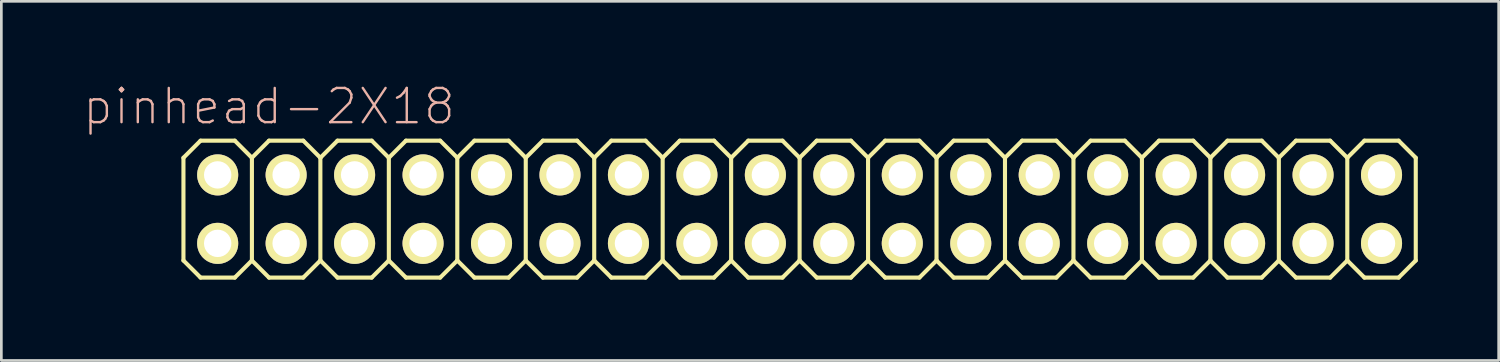
<source format=kicad_pcb>
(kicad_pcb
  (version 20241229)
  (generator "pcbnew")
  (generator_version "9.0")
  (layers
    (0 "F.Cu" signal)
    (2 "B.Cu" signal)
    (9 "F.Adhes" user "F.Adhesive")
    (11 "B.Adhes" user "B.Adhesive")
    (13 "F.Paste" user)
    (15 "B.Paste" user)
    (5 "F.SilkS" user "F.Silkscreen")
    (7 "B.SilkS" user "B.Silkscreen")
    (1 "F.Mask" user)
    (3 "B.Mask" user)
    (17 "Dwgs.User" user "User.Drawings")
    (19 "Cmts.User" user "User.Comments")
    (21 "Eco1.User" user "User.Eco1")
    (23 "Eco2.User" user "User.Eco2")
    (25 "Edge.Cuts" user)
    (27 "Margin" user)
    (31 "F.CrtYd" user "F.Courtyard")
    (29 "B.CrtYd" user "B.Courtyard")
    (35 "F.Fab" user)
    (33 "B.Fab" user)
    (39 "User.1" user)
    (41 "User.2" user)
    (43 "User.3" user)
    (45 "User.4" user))
  (footprint "pinhead-2X18"
    (layer "F.Cu")
    (at 26.616 4.709)
    (property "Reference" "pinhead-2X18" (at -19.685 -3.81 0) (layer "B.SilkS") (effects (font (size 1.27 1.27) (thickness 0.089))))
    (attr exclude_from_pos_files exclude_from_bom)
    (fp_line (start -22.86 -1.905) (end -22.225 -2.54) (stroke (width 0.152) (type solid)) (layer "F.SilkS"))
    (fp_line (start -22.86 1.905) (end -22.86 -1.905) (stroke (width 0.152) (type solid)) (layer "F.SilkS"))
    (fp_line (start -22.86 1.905) (end -22.225 2.54) (stroke (width 0.152) (type solid)) (layer "F.SilkS"))
    (fp_line (start -22.225 -2.54) (end -20.955 -2.54) (stroke (width 0.152) (type solid)) (layer "F.SilkS"))
    (fp_line (start -22.225 2.54) (end -20.955 2.54) (stroke (width 0.152) (type solid)) (layer "F.SilkS"))
    (fp_line (start -21.844 -1.524) (end -21.336 -1.524) (stroke (width 0.066) (type solid)) (layer "F.SilkS"))
    (fp_line (start -21.844 -1.016) (end -21.844 -1.524) (stroke (width 0.066) (type solid)) (layer "F.SilkS"))
    (fp_line (start -21.844 -1.016) (end -21.336 -1.016) (stroke (width 0.066) (type solid)) (layer "F.SilkS"))
    (fp_line (start -21.844 1.016) (end -21.336 1.016) (stroke (width 0.066) (type solid)) (layer "F.SilkS"))
    (fp_line (start -21.844 1.524) (end -21.844 1.016) (stroke (width 0.066) (type solid)) (layer "F.SilkS"))
    (fp_line (start -21.844 1.524) (end -21.336 1.524) (stroke (width 0.066) (type solid)) (layer "F.SilkS"))
    (fp_line (start -21.336 -1.016) (end -21.336 -1.524) (stroke (width 0.066) (type solid)) (layer "F.SilkS"))
    (fp_line (start -21.336 1.524) (end -21.336 1.016) (stroke (width 0.066) (type solid)) (layer "F.SilkS"))
    (fp_line (start -20.955 -2.54) (end -20.32 -1.905) (stroke (width 0.152) (type solid)) (layer "F.SilkS"))
    (fp_line (start -20.955 2.54) (end -20.32 1.905) (stroke (width 0.152) (type solid)) (layer "F.SilkS"))
    (fp_line (start -20.32 -1.905) (end -20.32 1.905) (stroke (width 0.152) (type solid)) (layer "F.SilkS"))
    (fp_line (start -20.32 -1.905) (end -19.685 -2.54) (stroke (width 0.152) (type solid)) (layer "F.SilkS"))
    (fp_line (start -20.32 1.905) (end -19.685 2.54) (stroke (width 0.152) (type solid)) (layer "F.SilkS"))
    (fp_line (start -19.685 -2.54) (end -18.415 -2.54) (stroke (width 0.152) (type solid)) (layer "F.SilkS"))
    (fp_line (start -19.685 2.54) (end -18.415 2.54) (stroke (width 0.152) (type solid)) (layer "F.SilkS"))
    (fp_line (start -19.304 -1.524) (end -18.796 -1.524) (stroke (width 0.066) (type solid)) (layer "F.SilkS"))
    (fp_line (start -19.304 -1.016) (end -19.304 -1.524) (stroke (width 0.066) (type solid)) (layer "F.SilkS"))
    (fp_line (start -19.304 -1.016) (end -18.796 -1.016) (stroke (width 0.066) (type solid)) (layer "F.SilkS"))
    (fp_line (start -19.304 1.016) (end -18.796 1.016) (stroke (width 0.066) (type solid)) (layer "F.SilkS"))
    (fp_line (start -19.304 1.524) (end -19.304 1.016) (stroke (width 0.066) (type solid)) (layer "F.SilkS"))
    (fp_line (start -19.304 1.524) (end -18.796 1.524) (stroke (width 0.066) (type solid)) (layer "F.SilkS"))
    (fp_line (start -18.796 -1.016) (end -18.796 -1.524) (stroke (width 0.066) (type solid)) (layer "F.SilkS"))
    (fp_line (start -18.796 1.524) (end -18.796 1.016) (stroke (width 0.066) (type solid)) (layer "F.SilkS"))
    (fp_line (start -18.415 -2.54) (end -17.78 -1.905) (stroke (width 0.152) (type solid)) (layer "F.SilkS"))
    (fp_line (start -18.415 2.54) (end -17.78 1.905) (stroke (width 0.152) (type solid)) (layer "F.SilkS"))
    (fp_line (start -17.78 -1.905) (end -17.78 1.905) (stroke (width 0.152) (type solid)) (layer "F.SilkS"))
    (fp_line (start -17.78 -1.905) (end -17.145 -2.54) (stroke (width 0.152) (type solid)) (layer "F.SilkS"))
    (fp_line (start -17.78 1.905) (end -17.145 2.54) (stroke (width 0.152) (type solid)) (layer "F.SilkS"))
    (fp_line (start -17.145 -2.54) (end -15.875 -2.54) (stroke (width 0.152) (type solid)) (layer "F.SilkS"))
    (fp_line (start -17.145 2.54) (end -15.875 2.54) (stroke (width 0.152) (type solid)) (layer "F.SilkS"))
    (fp_line (start -16.764 -1.524) (end -16.256 -1.524) (stroke (width 0.066) (type solid)) (layer "F.SilkS"))
    (fp_line (start -16.764 -1.016) (end -16.764 -1.524) (stroke (width 0.066) (type solid)) (layer "F.SilkS"))
    (fp_line (start -16.764 -1.016) (end -16.256 -1.016) (stroke (width 0.066) (type solid)) (layer "F.SilkS"))
    (fp_line (start -16.764 1.016) (end -16.256 1.016) (stroke (width 0.066) (type solid)) (layer "F.SilkS"))
    (fp_line (start -16.764 1.524) (end -16.764 1.016) (stroke (width 0.066) (type solid)) (layer "F.SilkS"))
    (fp_line (start -16.764 1.524) (end -16.256 1.524) (stroke (width 0.066) (type solid)) (layer "F.SilkS"))
    (fp_line (start -16.256 -1.016) (end -16.256 -1.524) (stroke (width 0.066) (type solid)) (layer "F.SilkS"))
    (fp_line (start -16.256 1.524) (end -16.256 1.016) (stroke (width 0.066) (type solid)) (layer "F.SilkS"))
    (fp_line (start -15.875 -2.54) (end -15.24 -1.905) (stroke (width 0.152) (type solid)) (layer "F.SilkS"))
    (fp_line (start -15.875 2.54) (end -15.24 1.905) (stroke (width 0.152) (type solid)) (layer "F.SilkS"))
    (fp_line (start -15.24 -1.905) (end -15.24 1.905) (stroke (width 0.152) (type solid)) (layer "F.SilkS"))
    (fp_line (start -15.24 -1.905) (end -14.605 -2.54) (stroke (width 0.152) (type solid)) (layer "F.SilkS"))
    (fp_line (start -15.24 1.905) (end -14.605 2.54) (stroke (width 0.152) (type solid)) (layer "F.SilkS"))
    (fp_line (start -14.605 -2.54) (end -13.335 -2.54) (stroke (width 0.152) (type solid)) (layer "F.SilkS"))
    (fp_line (start -14.605 2.54) (end -13.335 2.54) (stroke (width 0.152) (type solid)) (layer "F.SilkS"))
    (fp_line (start -14.224 -1.524) (end -13.716 -1.524) (stroke (width 0.066) (type solid)) (layer "F.SilkS"))
    (fp_line (start -14.224 -1.016) (end -14.224 -1.524) (stroke (width 0.066) (type solid)) (layer "F.SilkS"))
    (fp_line (start -14.224 -1.016) (end -13.716 -1.016) (stroke (width 0.066) (type solid)) (layer "F.SilkS"))
    (fp_line (start -14.224 1.016) (end -13.716 1.016) (stroke (width 0.066) (type solid)) (layer "F.SilkS"))
    (fp_line (start -14.224 1.524) (end -14.224 1.016) (stroke (width 0.066) (type solid)) (layer "F.SilkS"))
    (fp_line (start -14.224 1.524) (end -13.716 1.524) (stroke (width 0.066) (type solid)) (layer "F.SilkS"))
    (fp_line (start -13.716 -1.016) (end -13.716 -1.524) (stroke (width 0.066) (type solid)) (layer "F.SilkS"))
    (fp_line (start -13.716 1.524) (end -13.716 1.016) (stroke (width 0.066) (type solid)) (layer "F.SilkS"))
    (fp_line (start -13.335 -2.54) (end -12.7 -1.905) (stroke (width 0.152) (type solid)) (layer "F.SilkS"))
    (fp_line (start -13.335 2.54) (end -12.7 1.905) (stroke (width 0.152) (type solid)) (layer "F.SilkS"))
    (fp_line (start -12.7 -1.905) (end -12.7 1.905) (stroke (width 0.152) (type solid)) (layer "F.SilkS"))
    (fp_line (start -12.7 -1.905) (end -12.065 -2.54) (stroke (width 0.152) (type solid)) (layer "F.SilkS"))
    (fp_line (start -12.7 1.905) (end -12.065 2.54) (stroke (width 0.152) (type solid)) (layer "F.SilkS"))
    (fp_line (start -12.065 -2.54) (end -10.795 -2.54) (stroke (width 0.152) (type solid)) (layer "F.SilkS"))
    (fp_line (start -12.065 2.54) (end -10.795 2.54) (stroke (width 0.152) (type solid)) (layer "F.SilkS"))
    (fp_line (start -11.684 -1.524) (end -11.176 -1.524) (stroke (width 0.066) (type solid)) (layer "F.SilkS"))
    (fp_line (start -11.684 -1.016) (end -11.684 -1.524) (stroke (width 0.066) (type solid)) (layer "F.SilkS"))
    (fp_line (start -11.684 -1.016) (end -11.176 -1.016) (stroke (width 0.066) (type solid)) (layer "F.SilkS"))
    (fp_line (start -11.684 1.016) (end -11.176 1.016) (stroke (width 0.066) (type solid)) (layer "F.SilkS"))
    (fp_line (start -11.684 1.524) (end -11.684 1.016) (stroke (width 0.066) (type solid)) (layer "F.SilkS"))
    (fp_line (start -11.684 1.524) (end -11.176 1.524) (stroke (width 0.066) (type solid)) (layer "F.SilkS"))
    (fp_line (start -11.176 -1.016) (end -11.176 -1.524) (stroke (width 0.066) (type solid)) (layer "F.SilkS"))
    (fp_line (start -11.176 1.524) (end -11.176 1.016) (stroke (width 0.066) (type solid)) (layer "F.SilkS"))
    (fp_line (start -10.795 -2.54) (end -10.16 -1.905) (stroke (width 0.152) (type solid)) (layer "F.SilkS"))
    (fp_line (start -10.795 2.54) (end -10.16 1.905) (stroke (width 0.152) (type solid)) (layer "F.SilkS"))
    (fp_line (start -10.16 -1.905) (end -10.16 1.905) (stroke (width 0.152) (type solid)) (layer "F.SilkS"))
    (fp_line (start -10.16 -1.905) (end -9.525 -2.54) (stroke (width 0.152) (type solid)) (layer "F.SilkS"))
    (fp_line (start -10.16 1.905) (end -9.525 2.54) (stroke (width 0.152) (type solid)) (layer "F.SilkS"))
    (fp_line (start -9.525 -2.54) (end -8.255 -2.54) (stroke (width 0.152) (type solid)) (layer "F.SilkS"))
    (fp_line (start -9.525 2.54) (end -8.255 2.54) (stroke (width 0.152) (type solid)) (layer "F.SilkS"))
    (fp_line (start -9.144 -1.524) (end -8.636 -1.524) (stroke (width 0.066) (type solid)) (layer "F.SilkS"))
    (fp_line (start -9.144 -1.016) (end -9.144 -1.524) (stroke (width 0.066) (type solid)) (layer "F.SilkS"))
    (fp_line (start -9.144 -1.016) (end -8.636 -1.016) (stroke (width 0.066) (type solid)) (layer "F.SilkS"))
    (fp_line (start -9.144 1.016) (end -8.636 1.016) (stroke (width 0.066) (type solid)) (layer "F.SilkS"))
    (fp_line (start -9.144 1.524) (end -9.144 1.016) (stroke (width 0.066) (type solid)) (layer "F.SilkS"))
    (fp_line (start -9.144 1.524) (end -8.636 1.524) (stroke (width 0.066) (type solid)) (layer "F.SilkS"))
    (fp_line (start -8.636 -1.016) (end -8.636 -1.524) (stroke (width 0.066) (type solid)) (layer "F.SilkS"))
    (fp_line (start -8.636 1.524) (end -8.636 1.016) (stroke (width 0.066) (type solid)) (layer "F.SilkS"))
    (fp_line (start -8.255 -2.54) (end -7.62 -1.905) (stroke (width 0.152) (type solid)) (layer "F.SilkS"))
    (fp_line (start -8.255 2.54) (end -7.62 1.905) (stroke (width 0.152) (type solid)) (layer "F.SilkS"))
    (fp_line (start -7.62 -1.905) (end -7.62 1.905) (stroke (width 0.152) (type solid)) (layer "F.SilkS"))
    (fp_line (start -7.62 -1.905) (end -6.985 -2.54) (stroke (width 0.152) (type solid)) (layer "F.SilkS"))
    (fp_line (start -7.62 1.905) (end -6.985 2.54) (stroke (width 0.152) (type solid)) (layer "F.SilkS"))
    (fp_line (start -6.985 -2.54) (end -5.715 -2.54) (stroke (width 0.152) (type solid)) (layer "F.SilkS"))
    (fp_line (start -6.604 -1.524) (end -6.096 -1.524) (stroke (width 0.066) (type solid)) (layer "F.SilkS"))
    (fp_line (start -6.604 -1.016) (end -6.604 -1.524) (stroke (width 0.066) (type solid)) (layer "F.SilkS"))
    (fp_line (start -6.604 -1.016) (end -6.096 -1.016) (stroke (width 0.066) (type solid)) (layer "F.SilkS"))
    (fp_line (start -6.604 1.016) (end -6.096 1.016) (stroke (width 0.066) (type solid)) (layer "F.SilkS"))
    (fp_line (start -6.604 1.524) (end -6.604 1.016) (stroke (width 0.066) (type solid)) (layer "F.SilkS"))
    (fp_line (start -6.604 1.524) (end -6.096 1.524) (stroke (width 0.066) (type solid)) (layer "F.SilkS"))
    (fp_line (start -6.096 -1.016) (end -6.096 -1.524) (stroke (width 0.066) (type solid)) (layer "F.SilkS"))
    (fp_line (start -6.096 1.524) (end -6.096 1.016) (stroke (width 0.066) (type solid)) (layer "F.SilkS"))
    (fp_line (start -5.715 -2.54) (end -5.08 -1.905) (stroke (width 0.152) (type solid)) (layer "F.SilkS"))
    (fp_line (start -5.715 2.54) (end -6.985 2.54) (stroke (width 0.152) (type solid)) (layer "F.SilkS"))
    (fp_line (start -5.08 -1.905) (end -5.08 1.905) (stroke (width 0.152) (type solid)) (layer "F.SilkS"))
    (fp_line (start -5.08 -1.905) (end -4.445 -2.54) (stroke (width 0.152) (type solid)) (layer "F.SilkS"))
    (fp_line (start -5.08 1.905) (end -5.715 2.54) (stroke (width 0.152) (type solid)) (layer "F.SilkS"))
    (fp_line (start -5.08 1.905) (end -4.445 2.54) (stroke (width 0.152) (type solid)) (layer "F.SilkS"))
    (fp_line (start -4.445 -2.54) (end -3.175 -2.54) (stroke (width 0.152) (type solid)) (layer "F.SilkS"))
    (fp_line (start -4.064 -1.524) (end -3.556 -1.524) (stroke (width 0.066) (type solid)) (layer "F.SilkS"))
    (fp_line (start -4.064 -1.016) (end -4.064 -1.524) (stroke (width 0.066) (type solid)) (layer "F.SilkS"))
    (fp_line (start -4.064 -1.016) (end -3.556 -1.016) (stroke (width 0.066) (type solid)) (layer "F.SilkS"))
    (fp_line (start -4.064 1.016) (end -3.556 1.016) (stroke (width 0.066) (type solid)) (layer "F.SilkS"))
    (fp_line (start -4.064 1.524) (end -4.064 1.016) (stroke (width 0.066) (type solid)) (layer "F.SilkS"))
    (fp_line (start -4.064 1.524) (end -3.556 1.524) (stroke (width 0.066) (type solid)) (layer "F.SilkS"))
    (fp_line (start -3.556 -1.016) (end -3.556 -1.524) (stroke (width 0.066) (type solid)) (layer "F.SilkS"))
    (fp_line (start -3.556 1.524) (end -3.556 1.016) (stroke (width 0.066) (type solid)) (layer "F.SilkS"))
    (fp_line (start -3.175 -2.54) (end -2.54 -1.905) (stroke (width 0.152) (type solid)) (layer "F.SilkS"))
    (fp_line (start -3.175 2.54) (end -4.445 2.54) (stroke (width 0.152) (type solid)) (layer "F.SilkS"))
    (fp_line (start -2.54 -1.905) (end -2.54 1.905) (stroke (width 0.152) (type solid)) (layer "F.SilkS"))
    (fp_line (start -2.54 -1.905) (end -1.905 -2.54) (stroke (width 0.152) (type solid)) (layer "F.SilkS"))
    (fp_line (start -2.54 1.905) (end -3.175 2.54) (stroke (width 0.152) (type solid)) (layer "F.SilkS"))
    (fp_line (start -2.54 1.905) (end -1.905 2.54) (stroke (width 0.152) (type solid)) (layer "F.SilkS"))
    (fp_line (start -1.905 -2.54) (end -0.635 -2.54) (stroke (width 0.152) (type solid)) (layer "F.SilkS"))
    (fp_line (start -1.524 -1.524) (end -1.016 -1.524) (stroke (width 0.066) (type solid)) (layer "F.SilkS"))
    (fp_line (start -1.524 -1.016) (end -1.524 -1.524) (stroke (width 0.066) (type solid)) (layer "F.SilkS"))
    (fp_line (start -1.524 -1.016) (end -1.016 -1.016) (stroke (width 0.066) (type solid)) (layer "F.SilkS"))
    (fp_line (start -1.524 1.016) (end -1.016 1.016) (stroke (width 0.066) (type solid)) (layer "F.SilkS"))
    (fp_line (start -1.524 1.524) (end -1.524 1.016) (stroke (width 0.066) (type solid)) (layer "F.SilkS"))
    (fp_line (start -1.524 1.524) (end -1.016 1.524) (stroke (width 0.066) (type solid)) (layer "F.SilkS"))
    (fp_line (start -1.016 -1.016) (end -1.016 -1.524) (stroke (width 0.066) (type solid)) (layer "F.SilkS"))
    (fp_line (start -1.016 1.524) (end -1.016 1.016) (stroke (width 0.066) (type solid)) (layer "F.SilkS"))
    (fp_line (start -0.635 -2.54) (end 0 -1.905) (stroke (width 0.152) (type solid)) (layer "F.SilkS"))
    (fp_line (start -0.635 2.54) (end -1.905 2.54) (stroke (width 0.152) (type solid)) (layer "F.SilkS"))
    (fp_line (start 0 -1.905) (end 0 1.905) (stroke (width 0.152) (type solid)) (layer "F.SilkS"))
    (fp_line (start 0 -1.905) (end 0.635 -2.54) (stroke (width 0.152) (type solid)) (layer "F.SilkS"))
    (fp_line (start 0 1.905) (end -0.635 2.54) (stroke (width 0.152) (type solid)) (layer "F.SilkS"))
    (fp_line (start 0 1.905) (end 0.635 2.54) (stroke (width 0.152) (type solid)) (layer "F.SilkS"))
    (fp_line (start 0.635 -2.54) (end 1.905 -2.54) (stroke (width 0.152) (type solid)) (layer "F.SilkS"))
    (fp_line (start 1.016 -1.524) (end 1.524 -1.524) (stroke (width 0.066) (type solid)) (layer "F.SilkS"))
    (fp_line (start 1.016 -1.016) (end 1.016 -1.524) (stroke (width 0.066) (type solid)) (layer "F.SilkS"))
    (fp_line (start 1.016 -1.016) (end 1.524 -1.016) (stroke (width 0.066) (type solid)) (layer "F.SilkS"))
    (fp_line (start 1.016 1.016) (end 1.524 1.016) (stroke (width 0.066) (type solid)) (layer "F.SilkS"))
    (fp_line (start 1.016 1.524) (end 1.016 1.016) (stroke (width 0.066) (type solid)) (layer "F.SilkS"))
    (fp_line (start 1.016 1.524) (end 1.524 1.524) (stroke (width 0.066) (type solid)) (layer "F.SilkS"))
    (fp_line (start 1.524 -1.016) (end 1.524 -1.524) (stroke (width 0.066) (type solid)) (layer "F.SilkS"))
    (fp_line (start 1.524 1.524) (end 1.524 1.016) (stroke (width 0.066) (type solid)) (layer "F.SilkS"))
    (fp_line (start 1.905 -2.54) (end 2.54 -1.905) (stroke (width 0.152) (type solid)) (layer "F.SilkS"))
    (fp_line (start 1.905 2.54) (end 0.635 2.54) (stroke (width 0.152) (type solid)) (layer "F.SilkS"))
    (fp_line (start 2.54 -1.905) (end 2.54 1.905) (stroke (width 0.152) (type solid)) (layer "F.SilkS"))
    (fp_line (start 2.54 -1.905) (end 3.175 -2.54) (stroke (width 0.152) (type solid)) (layer "F.SilkS"))
    (fp_line (start 2.54 1.905) (end 1.905 2.54) (stroke (width 0.152) (type solid)) (layer "F.SilkS"))
    (fp_line (start 2.54 1.905) (end 3.175 2.54) (stroke (width 0.152) (type solid)) (layer "F.SilkS"))
    (fp_line (start 3.175 -2.54) (end 4.445 -2.54) (stroke (width 0.152) (type solid)) (layer "F.SilkS"))
    (fp_line (start 3.556 -1.524) (end 4.064 -1.524) (stroke (width 0.066) (type solid)) (layer "F.SilkS"))
    (fp_line (start 3.556 -1.016) (end 3.556 -1.524) (stroke (width 0.066) (type solid)) (layer "F.SilkS"))
    (fp_line (start 3.556 -1.016) (end 4.064 -1.016) (stroke (width 0.066) (type solid)) (layer "F.SilkS"))
    (fp_line (start 3.556 1.016) (end 4.064 1.016) (stroke (width 0.066) (type solid)) (layer "F.SilkS"))
    (fp_line (start 3.556 1.524) (end 3.556 1.016) (stroke (width 0.066) (type solid)) (layer "F.SilkS"))
    (fp_line (start 3.556 1.524) (end 4.064 1.524) (stroke (width 0.066) (type solid)) (layer "F.SilkS"))
    (fp_line (start 4.064 -1.016) (end 4.064 -1.524) (stroke (width 0.066) (type solid)) (layer "F.SilkS"))
    (fp_line (start 4.064 1.524) (end 4.064 1.016) (stroke (width 0.066) (type solid)) (layer "F.SilkS"))
    (fp_line (start 4.445 -2.54) (end 5.08 -1.905) (stroke (width 0.152) (type solid)) (layer "F.SilkS"))
    (fp_line (start 4.445 2.54) (end 3.175 2.54) (stroke (width 0.152) (type solid)) (layer "F.SilkS"))
    (fp_line (start 5.08 -1.905) (end 5.08 1.905) (stroke (width 0.152) (type solid)) (layer "F.SilkS"))
    (fp_line (start 5.08 -1.905) (end 5.715 -2.54) (stroke (width 0.152) (type solid)) (layer "F.SilkS"))
    (fp_line (start 5.08 1.905) (end 4.445 2.54) (stroke (width 0.152) (type solid)) (layer "F.SilkS"))
    (fp_line (start 5.08 1.905) (end 5.715 2.54) (stroke (width 0.152) (type solid)) (layer "F.SilkS"))
    (fp_line (start 5.715 -2.54) (end 6.985 -2.54) (stroke (width 0.152) (type solid)) (layer "F.SilkS"))
    (fp_line (start 6.096 -1.524) (end 6.604 -1.524) (stroke (width 0.066) (type solid)) (layer "F.SilkS"))
    (fp_line (start 6.096 -1.016) (end 6.096 -1.524) (stroke (width 0.066) (type solid)) (layer "F.SilkS"))
    (fp_line (start 6.096 -1.016) (end 6.604 -1.016) (stroke (width 0.066) (type solid)) (layer "F.SilkS"))
    (fp_line (start 6.096 1.016) (end 6.604 1.016) (stroke (width 0.066) (type solid)) (layer "F.SilkS"))
    (fp_line (start 6.096 1.524) (end 6.096 1.016) (stroke (width 0.066) (type solid)) (layer "F.SilkS"))
    (fp_line (start 6.096 1.524) (end 6.604 1.524) (stroke (width 0.066) (type solid)) (layer "F.SilkS"))
    (fp_line (start 6.604 -1.016) (end 6.604 -1.524) (stroke (width 0.066) (type solid)) (layer "F.SilkS"))
    (fp_line (start 6.604 1.524) (end 6.604 1.016) (stroke (width 0.066) (type solid)) (layer "F.SilkS"))
    (fp_line (start 6.985 2.54) (end 5.715 2.54) (stroke (width 0.152) (type solid)) (layer "F.SilkS"))
    (fp_line (start 7.62 -1.905) (end 6.985 -2.54) (stroke (width 0.152) (type solid)) (layer "F.SilkS"))
    (fp_line (start 7.62 -1.905) (end 7.62 1.905) (stroke (width 0.152) (type solid)) (layer "F.SilkS"))
    (fp_line (start 7.62 -1.905) (end 8.255 -2.54) (stroke (width 0.152) (type solid)) (layer "F.SilkS"))
    (fp_line (start 7.62 1.905) (end 6.985 2.54) (stroke (width 0.152) (type solid)) (layer "F.SilkS"))
    (fp_line (start 7.62 1.905) (end 8.255 2.54) (stroke (width 0.152) (type solid)) (layer "F.SilkS"))
    (fp_line (start 8.636 -1.524) (end 9.144 -1.524) (stroke (width 0.066) (type solid)) (layer "F.SilkS"))
    (fp_line (start 8.636 -1.016) (end 8.636 -1.524) (stroke (width 0.066) (type solid)) (layer "F.SilkS"))
    (fp_line (start 8.636 -1.016) (end 9.144 -1.016) (stroke (width 0.066) (type solid)) (layer "F.SilkS"))
    (fp_line (start 8.636 1.016) (end 9.144 1.016) (stroke (width 0.066) (type solid)) (layer "F.SilkS"))
    (fp_line (start 8.636 1.524) (end 8.636 1.016) (stroke (width 0.066) (type solid)) (layer "F.SilkS"))
    (fp_line (start 8.636 1.524) (end 9.144 1.524) (stroke (width 0.066) (type solid)) (layer "F.SilkS"))
    (fp_line (start 9.144 -1.016) (end 9.144 -1.524) (stroke (width 0.066) (type solid)) (layer "F.SilkS"))
    (fp_line (start 9.144 1.524) (end 9.144 1.016) (stroke (width 0.066) (type solid)) (layer "F.SilkS"))
    (fp_line (start 9.525 -2.54) (end 8.255 -2.54) (stroke (width 0.152) (type solid)) (layer "F.SilkS"))
    (fp_line (start 9.525 -2.54) (end 10.16 -1.905) (stroke (width 0.152) (type solid)) (layer "F.SilkS"))
    (fp_line (start 9.525 2.54) (end 8.255 2.54) (stroke (width 0.152) (type solid)) (layer "F.SilkS"))
    (fp_line (start 10.16 -1.905) (end 10.16 1.905) (stroke (width 0.152) (type solid)) (layer "F.SilkS"))
    (fp_line (start 10.16 -1.905) (end 10.795 -2.54) (stroke (width 0.152) (type solid)) (layer "F.SilkS"))
    (fp_line (start 10.16 1.905) (end 9.525 2.54) (stroke (width 0.152) (type solid)) (layer "F.SilkS"))
    (fp_line (start 10.16 1.905) (end 10.795 2.54) (stroke (width 0.152) (type solid)) (layer "F.SilkS"))
    (fp_line (start 11.176 -1.524) (end 11.684 -1.524) (stroke (width 0.066) (type solid)) (layer "F.SilkS"))
    (fp_line (start 11.176 -1.016) (end 11.176 -1.524) (stroke (width 0.066) (type solid)) (layer "F.SilkS"))
    (fp_line (start 11.176 -1.016) (end 11.684 -1.016) (stroke (width 0.066) (type solid)) (layer "F.SilkS"))
    (fp_line (start 11.176 1.016) (end 11.684 1.016) (stroke (width 0.066) (type solid)) (layer "F.SilkS"))
    (fp_line (start 11.176 1.524) (end 11.176 1.016) (stroke (width 0.066) (type solid)) (layer "F.SilkS"))
    (fp_line (start 11.176 1.524) (end 11.684 1.524) (stroke (width 0.066) (type solid)) (layer "F.SilkS"))
    (fp_line (start 11.684 -1.016) (end 11.684 -1.524) (stroke (width 0.066) (type solid)) (layer "F.SilkS"))
    (fp_line (start 11.684 1.524) (end 11.684 1.016) (stroke (width 0.066) (type solid)) (layer "F.SilkS"))
    (fp_line (start 12.065 -2.54) (end 10.795 -2.54) (stroke (width 0.152) (type solid)) (layer "F.SilkS"))
    (fp_line (start 12.065 -2.54) (end 12.7 -1.905) (stroke (width 0.152) (type solid)) (layer "F.SilkS"))
    (fp_line (start 12.065 2.54) (end 10.795 2.54) (stroke (width 0.152) (type solid)) (layer "F.SilkS"))
    (fp_line (start 12.7 -1.905) (end 12.7 1.905) (stroke (width 0.152) (type solid)) (layer "F.SilkS"))
    (fp_line (start 12.7 -1.905) (end 13.335 -2.54) (stroke (width 0.152) (type solid)) (layer "F.SilkS"))
    (fp_line (start 12.7 1.905) (end 12.065 2.54) (stroke (width 0.152) (type solid)) (layer "F.SilkS"))
    (fp_line (start 13.335 2.54) (end 12.7 1.905) (stroke (width 0.152) (type solid)) (layer "F.SilkS"))
    (fp_line (start 13.335 2.54) (end 14.605 2.54) (stroke (width 0.152) (type solid)) (layer "F.SilkS"))
    (fp_line (start 13.716 -1.524) (end 14.224 -1.524) (stroke (width 0.066) (type solid)) (layer "F.SilkS"))
    (fp_line (start 13.716 -1.016) (end 13.716 -1.524) (stroke (width 0.066) (type solid)) (layer "F.SilkS"))
    (fp_line (start 13.716 -1.016) (end 14.224 -1.016) (stroke (width 0.066) (type solid)) (layer "F.SilkS"))
    (fp_line (start 13.716 1.016) (end 14.224 1.016) (stroke (width 0.066) (type solid)) (layer "F.SilkS"))
    (fp_line (start 13.716 1.524) (end 13.716 1.016) (stroke (width 0.066) (type solid)) (layer "F.SilkS"))
    (fp_line (start 13.716 1.524) (end 14.224 1.524) (stroke (width 0.066) (type solid)) (layer "F.SilkS"))
    (fp_line (start 14.224 -1.016) (end 14.224 -1.524) (stroke (width 0.066) (type solid)) (layer "F.SilkS"))
    (fp_line (start 14.224 1.524) (end 14.224 1.016) (stroke (width 0.066) (type solid)) (layer "F.SilkS"))
    (fp_line (start 14.605 -2.54) (end 13.335 -2.54) (stroke (width 0.152) (type solid)) (layer "F.SilkS"))
    (fp_line (start 14.605 -2.54) (end 15.24 -1.905) (stroke (width 0.152) (type solid)) (layer "F.SilkS"))
    (fp_line (start 15.24 -1.905) (end 15.24 1.905) (stroke (width 0.152) (type solid)) (layer "F.SilkS"))
    (fp_line (start 15.24 -1.905) (end 15.875 -2.54) (stroke (width 0.152) (type solid)) (layer "F.SilkS"))
    (fp_line (start 15.24 1.905) (end 14.605 2.54) (stroke (width 0.152) (type solid)) (layer "F.SilkS"))
    (fp_line (start 15.875 2.54) (end 15.24 1.905) (stroke (width 0.152) (type solid)) (layer "F.SilkS"))
    (fp_line (start 15.875 2.54) (end 17.145 2.54) (stroke (width 0.152) (type solid)) (layer "F.SilkS"))
    (fp_line (start 16.256 -1.524) (end 16.764 -1.524) (stroke (width 0.066) (type solid)) (layer "F.SilkS"))
    (fp_line (start 16.256 -1.016) (end 16.256 -1.524) (stroke (width 0.066) (type solid)) (layer "F.SilkS"))
    (fp_line (start 16.256 -1.016) (end 16.764 -1.016) (stroke (width 0.066) (type solid)) (layer "F.SilkS"))
    (fp_line (start 16.256 1.016) (end 16.764 1.016) (stroke (width 0.066) (type solid)) (layer "F.SilkS"))
    (fp_line (start 16.256 1.524) (end 16.256 1.016) (stroke (width 0.066) (type solid)) (layer "F.SilkS"))
    (fp_line (start 16.256 1.524) (end 16.764 1.524) (stroke (width 0.066) (type solid)) (layer "F.SilkS"))
    (fp_line (start 16.764 -1.016) (end 16.764 -1.524) (stroke (width 0.066) (type solid)) (layer "F.SilkS"))
    (fp_line (start 16.764 1.524) (end 16.764 1.016) (stroke (width 0.066) (type solid)) (layer "F.SilkS"))
    (fp_line (start 17.145 -2.54) (end 15.875 -2.54) (stroke (width 0.152) (type solid)) (layer "F.SilkS"))
    (fp_line (start 17.145 -2.54) (end 17.78 -1.905) (stroke (width 0.152) (type solid)) (layer "F.SilkS"))
    (fp_line (start 17.78 -1.905) (end 17.78 1.905) (stroke (width 0.152) (type solid)) (layer "F.SilkS"))
    (fp_line (start 17.78 -1.905) (end 18.415 -2.54) (stroke (width 0.152) (type solid)) (layer "F.SilkS"))
    (fp_line (start 17.78 1.905) (end 17.145 2.54) (stroke (width 0.152) (type solid)) (layer "F.SilkS"))
    (fp_line (start 17.78 1.905) (end 18.415 2.54) (stroke (width 0.152) (type solid)) (layer "F.SilkS"))
    (fp_line (start 18.796 -1.524) (end 19.304 -1.524) (stroke (width 0.066) (type solid)) (layer "F.SilkS"))
    (fp_line (start 18.796 -1.016) (end 18.796 -1.524) (stroke (width 0.066) (type solid)) (layer "F.SilkS"))
    (fp_line (start 18.796 -1.016) (end 19.304 -1.016) (stroke (width 0.066) (type solid)) (layer "F.SilkS"))
    (fp_line (start 18.796 1.016) (end 19.304 1.016) (stroke (width 0.066) (type solid)) (layer "F.SilkS"))
    (fp_line (start 18.796 1.524) (end 18.796 1.016) (stroke (width 0.066) (type solid)) (layer "F.SilkS"))
    (fp_line (start 18.796 1.524) (end 19.304 1.524) (stroke (width 0.066) (type solid)) (layer "F.SilkS"))
    (fp_line (start 19.304 -1.016) (end 19.304 -1.524) (stroke (width 0.066) (type solid)) (layer "F.SilkS"))
    (fp_line (start 19.304 1.524) (end 19.304 1.016) (stroke (width 0.066) (type solid)) (layer "F.SilkS"))
    (fp_line (start 19.685 -2.54) (end 18.415 -2.54) (stroke (width 0.152) (type solid)) (layer "F.SilkS"))
    (fp_line (start 19.685 -2.54) (end 20.32 -1.905) (stroke (width 0.152) (type solid)) (layer "F.SilkS"))
    (fp_line (start 19.685 2.54) (end 18.415 2.54) (stroke (width 0.152) (type solid)) (layer "F.SilkS"))
    (fp_line (start 20.32 -1.905) (end 20.32 1.905) (stroke (width 0.152) (type solid)) (layer "F.SilkS"))
    (fp_line (start 20.32 -1.905) (end 20.955 -2.54) (stroke (width 0.152) (type solid)) (layer "F.SilkS"))
    (fp_line (start 20.32 1.905) (end 19.685 2.54) (stroke (width 0.152) (type solid)) (layer "F.SilkS"))
    (fp_line (start 20.32 1.905) (end 20.955 2.54) (stroke (width 0.152) (type solid)) (layer "F.SilkS"))
    (fp_line (start 21.336 -1.524) (end 21.844 -1.524) (stroke (width 0.066) (type solid)) (layer "F.SilkS"))
    (fp_line (start 21.336 -1.016) (end 21.336 -1.524) (stroke (width 0.066) (type solid)) (layer "F.SilkS"))
    (fp_line (start 21.336 -1.016) (end 21.844 -1.016) (stroke (width 0.066) (type solid)) (layer "F.SilkS"))
    (fp_line (start 21.336 1.016) (end 21.844 1.016) (stroke (width 0.066) (type solid)) (layer "F.SilkS"))
    (fp_line (start 21.336 1.524) (end 21.336 1.016) (stroke (width 0.066) (type solid)) (layer "F.SilkS"))
    (fp_line (start 21.336 1.524) (end 21.844 1.524) (stroke (width 0.066) (type solid)) (layer "F.SilkS"))
    (fp_line (start 21.844 -1.016) (end 21.844 -1.524) (stroke (width 0.066) (type solid)) (layer "F.SilkS"))
    (fp_line (start 21.844 1.524) (end 21.844 1.016) (stroke (width 0.066) (type solid)) (layer "F.SilkS"))
    (fp_line (start 22.225 -2.54) (end 20.955 -2.54) (stroke (width 0.152) (type solid)) (layer "F.SilkS"))
    (fp_line (start 22.225 -2.54) (end 22.86 -1.905) (stroke (width 0.152) (type solid)) (layer "F.SilkS"))
    (fp_line (start 22.225 2.54) (end 20.955 2.54) (stroke (width 0.152) (type solid)) (layer "F.SilkS"))
    (fp_line (start 22.86 -1.905) (end 22.86 1.905) (stroke (width 0.152) (type solid)) (layer "F.SilkS"))
    (fp_line (start 22.86 1.905) (end 22.225 2.54) (stroke (width 0.152) (type solid)) (layer "F.SilkS"))
    (pad "1" thru_hole circle (at -21.59 1.27) (size 1.524 1.524) (drill 1.016) (layers "*.Cu" "F.Mask" "F.SilkS" "F.Paste"))
    (pad "2" thru_hole circle (at -21.59 -1.27) (size 1.524 1.524) (drill 1.016) (layers "*.Cu" "F.Mask" "F.SilkS" "F.Paste"))
    (pad "3" thru_hole circle (at -19.05 1.27) (size 1.524 1.524) (drill 1.016) (layers "*.Cu" "F.Mask" "F.SilkS" "F.Paste"))
    (pad "4" thru_hole circle (at -19.05 -1.27) (size 1.524 1.524) (drill 1.016) (layers "*.Cu" "F.Mask" "F.SilkS" "F.Paste"))
    (pad "5" thru_hole circle (at -16.51 1.27) (size 1.524 1.524) (drill 1.016) (layers "*.Cu" "F.Mask" "F.SilkS" "F.Paste"))
    (pad "6" thru_hole circle (at -16.51 -1.27) (size 1.524 1.524) (drill 1.016) (layers "*.Cu" "F.Mask" "F.SilkS" "F.Paste"))
    (pad "7" thru_hole circle (at -13.97 1.27) (size 1.524 1.524) (drill 1.016) (layers "*.Cu" "F.Mask" "F.SilkS" "F.Paste"))
    (pad "8" thru_hole circle (at -13.97 -1.27) (size 1.524 1.524) (drill 1.016) (layers "*.Cu" "F.Mask" "F.SilkS" "F.Paste"))
    (pad "9" thru_hole circle (at -11.43 1.27) (size 1.524 1.524) (drill 1.016) (layers "*.Cu" "F.Mask" "F.SilkS" "F.Paste"))
    (pad "10" thru_hole circle (at -11.43 -1.27) (size 1.524 1.524) (drill 1.016) (layers "*.Cu" "F.Mask" "F.SilkS" "F.Paste"))
    (pad "11" thru_hole circle (at -8.89 1.27) (size 1.524 1.524) (drill 1.016) (layers "*.Cu" "F.Mask" "F.SilkS" "F.Paste"))
    (pad "12" thru_hole circle (at -8.89 -1.27) (size 1.524 1.524) (drill 1.016) (layers "*.Cu" "F.Mask" "F.SilkS" "F.Paste"))
    (pad "13" thru_hole circle (at -6.35 1.27) (size 1.524 1.524) (drill 1.016) (layers "*.Cu" "F.Mask" "F.SilkS" "F.Paste"))
    (pad "14" thru_hole circle (at -6.35 -1.27) (size 1.524 1.524) (drill 1.016) (layers "*.Cu" "F.Mask" "F.SilkS" "F.Paste"))
    (pad "15" thru_hole circle (at -3.81 1.27) (size 1.524 1.524) (drill 1.016) (layers "*.Cu" "F.Mask" "F.SilkS" "F.Paste"))
    (pad "16" thru_hole circle (at -3.81 -1.27) (size 1.524 1.524) (drill 1.016) (layers "*.Cu" "F.Mask" "F.SilkS" "F.Paste"))
    (pad "17" thru_hole circle (at -1.27 1.27) (size 1.524 1.524) (drill 1.016) (layers "*.Cu" "F.Mask" "F.SilkS" "F.Paste"))
    (pad "18" thru_hole circle (at -1.27 -1.27) (size 1.524 1.524) (drill 1.016) (layers "*.Cu" "F.Mask" "F.SilkS" "F.Paste"))
    (pad "19" thru_hole circle (at 1.27 1.27) (size 1.524 1.524) (drill 1.016) (layers "*.Cu" "F.Mask" "F.SilkS" "F.Paste"))
    (pad "20" thru_hole circle (at 1.27 -1.27) (size 1.524 1.524) (drill 1.016) (layers "*.Cu" "F.Mask" "F.SilkS" "F.Paste"))
    (pad "21" thru_hole circle (at 3.81 1.27) (size 1.524 1.524) (drill 1.016) (layers "*.Cu" "F.Mask" "F.SilkS" "F.Paste"))
    (pad "22" thru_hole circle (at 3.81 -1.27) (size 1.524 1.524) (drill 1.016) (layers "*.Cu" "F.Mask" "F.SilkS" "F.Paste"))
    (pad "23" thru_hole circle (at 6.35 1.27) (size 1.524 1.524) (drill 1.016) (layers "*.Cu" "F.Mask" "F.SilkS" "F.Paste"))
    (pad "24" thru_hole circle (at 6.35 -1.27) (size 1.524 1.524) (drill 1.016) (layers "*.Cu" "F.Mask" "F.SilkS" "F.Paste"))
    (pad "25" thru_hole circle (at 8.89 1.27) (size 1.524 1.524) (drill 1.016) (layers "*.Cu" "F.Mask" "F.SilkS" "F.Paste"))
    (pad "26" thru_hole circle (at 8.89 -1.27) (size 1.524 1.524) (drill 1.016) (layers "*.Cu" "F.Mask" "F.SilkS" "F.Paste"))
    (pad "27" thru_hole circle (at 11.43 1.27) (size 1.524 1.524) (drill 1.016) (layers "*.Cu" "F.Mask" "F.SilkS" "F.Paste"))
    (pad "28" thru_hole circle (at 11.43 -1.27) (size 1.524 1.524) (drill 1.016) (layers "*.Cu" "F.Mask" "F.SilkS" "F.Paste"))
    (pad "29" thru_hole circle (at 13.97 1.27) (size 1.524 1.524) (drill 1.016) (layers "*.Cu" "F.Mask" "F.SilkS" "F.Paste"))
    (pad "30" thru_hole circle (at 13.97 -1.27) (size 1.524 1.524) (drill 1.016) (layers "*.Cu" "F.Mask" "F.SilkS" "F.Paste"))
    (pad "31" thru_hole circle (at 16.51 1.27) (size 1.524 1.524) (drill 1.016) (layers "*.Cu" "F.Mask" "F.SilkS" "F.Paste"))
    (pad "32" thru_hole circle (at 16.51 -1.27) (size 1.524 1.524) (drill 1.016) (layers "*.Cu" "F.Mask" "F.SilkS" "F.Paste"))
    (pad "33" thru_hole circle (at 19.05 1.27) (size 1.524 1.524) (drill 1.016) (layers "*.Cu" "F.Mask" "F.SilkS" "F.Paste"))
    (pad "34" thru_hole circle (at 19.05 -1.27) (size 1.524 1.524) (drill 1.016) (layers "*.Cu" "F.Mask" "F.SilkS" "F.Paste"))
    (pad "35" thru_hole circle (at 21.59 1.27) (size 1.524 1.524) (drill 1.016) (layers "*.Cu" "F.Mask" "F.SilkS" "F.Paste"))
    (pad "36" thru_hole circle (at 21.59 -1.27) (size 1.524 1.524) (drill 1.016) (layers "*.Cu" "F.Mask" "F.SilkS" "F.Paste")))
  (gr_rect
    (start -3 -3)
    (end 52.552 10.325)
    (stroke (width 0.1) (type default))
    (fill no)
    (layer "Edge.Cuts")))
</source>
